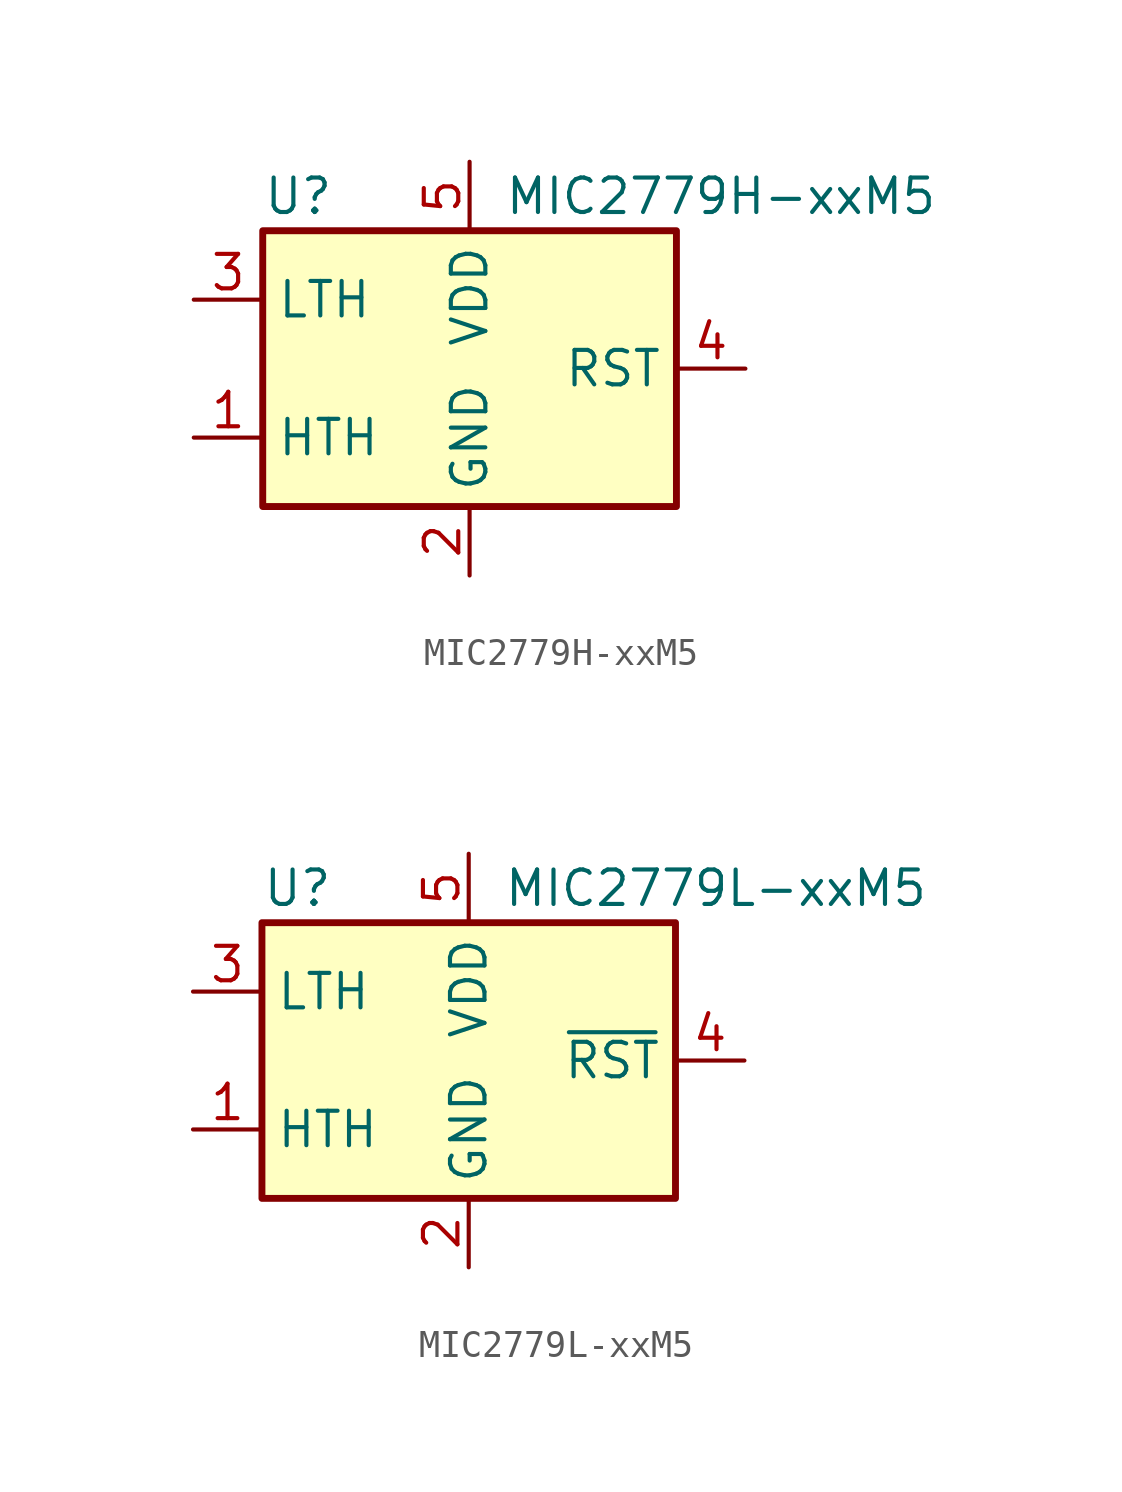
<source format=kicad_sym>
(kicad_symbol_lib
  (version 20241209)
  (generator "kicad_symbol_editor")
  (generator_version "9.0")
  (symbol "MIC2779H-xxM5"
    (property "Reference" "U"
      (at -7.62 6.35 0)
      (effects (font (size 1.27 1.27)) (justify left)))
    (property "Value" "MIC2779H-xxM5"
      (at 1.27 6.35 0)
      (effects (font (size 1.27 1.27)) (justify left)))
    (symbol "MIC2779H-xxM5_0_1"
      (rectangle (start -7.62 5.08) (end 7.62 -5.08) (stroke (width 0.254) (type default)) (fill (type background))))
    (symbol "MIC2779H-xxM5_1_1"
      (pin input line (at -10.16 2.54 0) (length 2.54) (name "LTH" (effects (font (size 1.27 1.27)))) (number "3" (effects (font (size 1.27 1.27)))))
      (pin input line (at -10.16 -2.54 0) (length 2.54) (name "HTH" (effects (font (size 1.27 1.27)))) (number "1" (effects (font (size 1.27 1.27)))))
      (pin power_in line (at 0 7.62 270) (length 2.54) (name "VDD" (effects (font (size 1.27 1.27)))) (number "5" (effects (font (size 1.27 1.27)))))
      (pin power_in line (at 0 -7.62 90) (length 2.54) (name "GND" (effects (font (size 1.27 1.27)))) (number "2" (effects (font (size 1.27 1.27)))))
      (pin output line (at 10.16 0 180) (length 2.54) (name "RST" (effects (font (size 1.27 1.27)))) (number "4" (effects (font (size 1.27 1.27)))))))
  (symbol "MIC2779L-xxM5"
    (property "Reference" "U"
      (at -7.62 6.35 0)
      (effects (font (size 1.27 1.27)) (justify left)))
    (property "Value" "MIC2779L-xxM5"
      (at 1.27 6.35 0)
      (effects (font (size 1.27 1.27)) (justify left)))
    (symbol "MIC2779L-xxM5_0_1"
      (rectangle (start -7.62 5.08) (end 7.62 -5.08) (stroke (width 0.254) (type default)) (fill (type background))))
    (symbol "MIC2779L-xxM5_1_1"
      (pin input line (at -10.16 2.54 0) (length 2.54) (name "LTH" (effects (font (size 1.27 1.27)))) (number "3" (effects (font (size 1.27 1.27)))))
      (pin input line (at -10.16 -2.54 0) (length 2.54) (name "HTH" (effects (font (size 1.27 1.27)))) (number "1" (effects (font (size 1.27 1.27)))))
      (pin power_in line (at 0 7.62 270) (length 2.54) (name "VDD" (effects (font (size 1.27 1.27)))) (number "5" (effects (font (size 1.27 1.27)))))
      (pin power_in line (at 0 -7.62 90) (length 2.54) (name "GND" (effects (font (size 1.27 1.27)))) (number "2" (effects (font (size 1.27 1.27)))))
      (pin output line (at 10.16 0 180) (length 2.54) (name "~{RST}" (effects (font (size 1.27 1.27)))) (number "4" (effects (font (size 1.27 1.27))))))))
</source>
